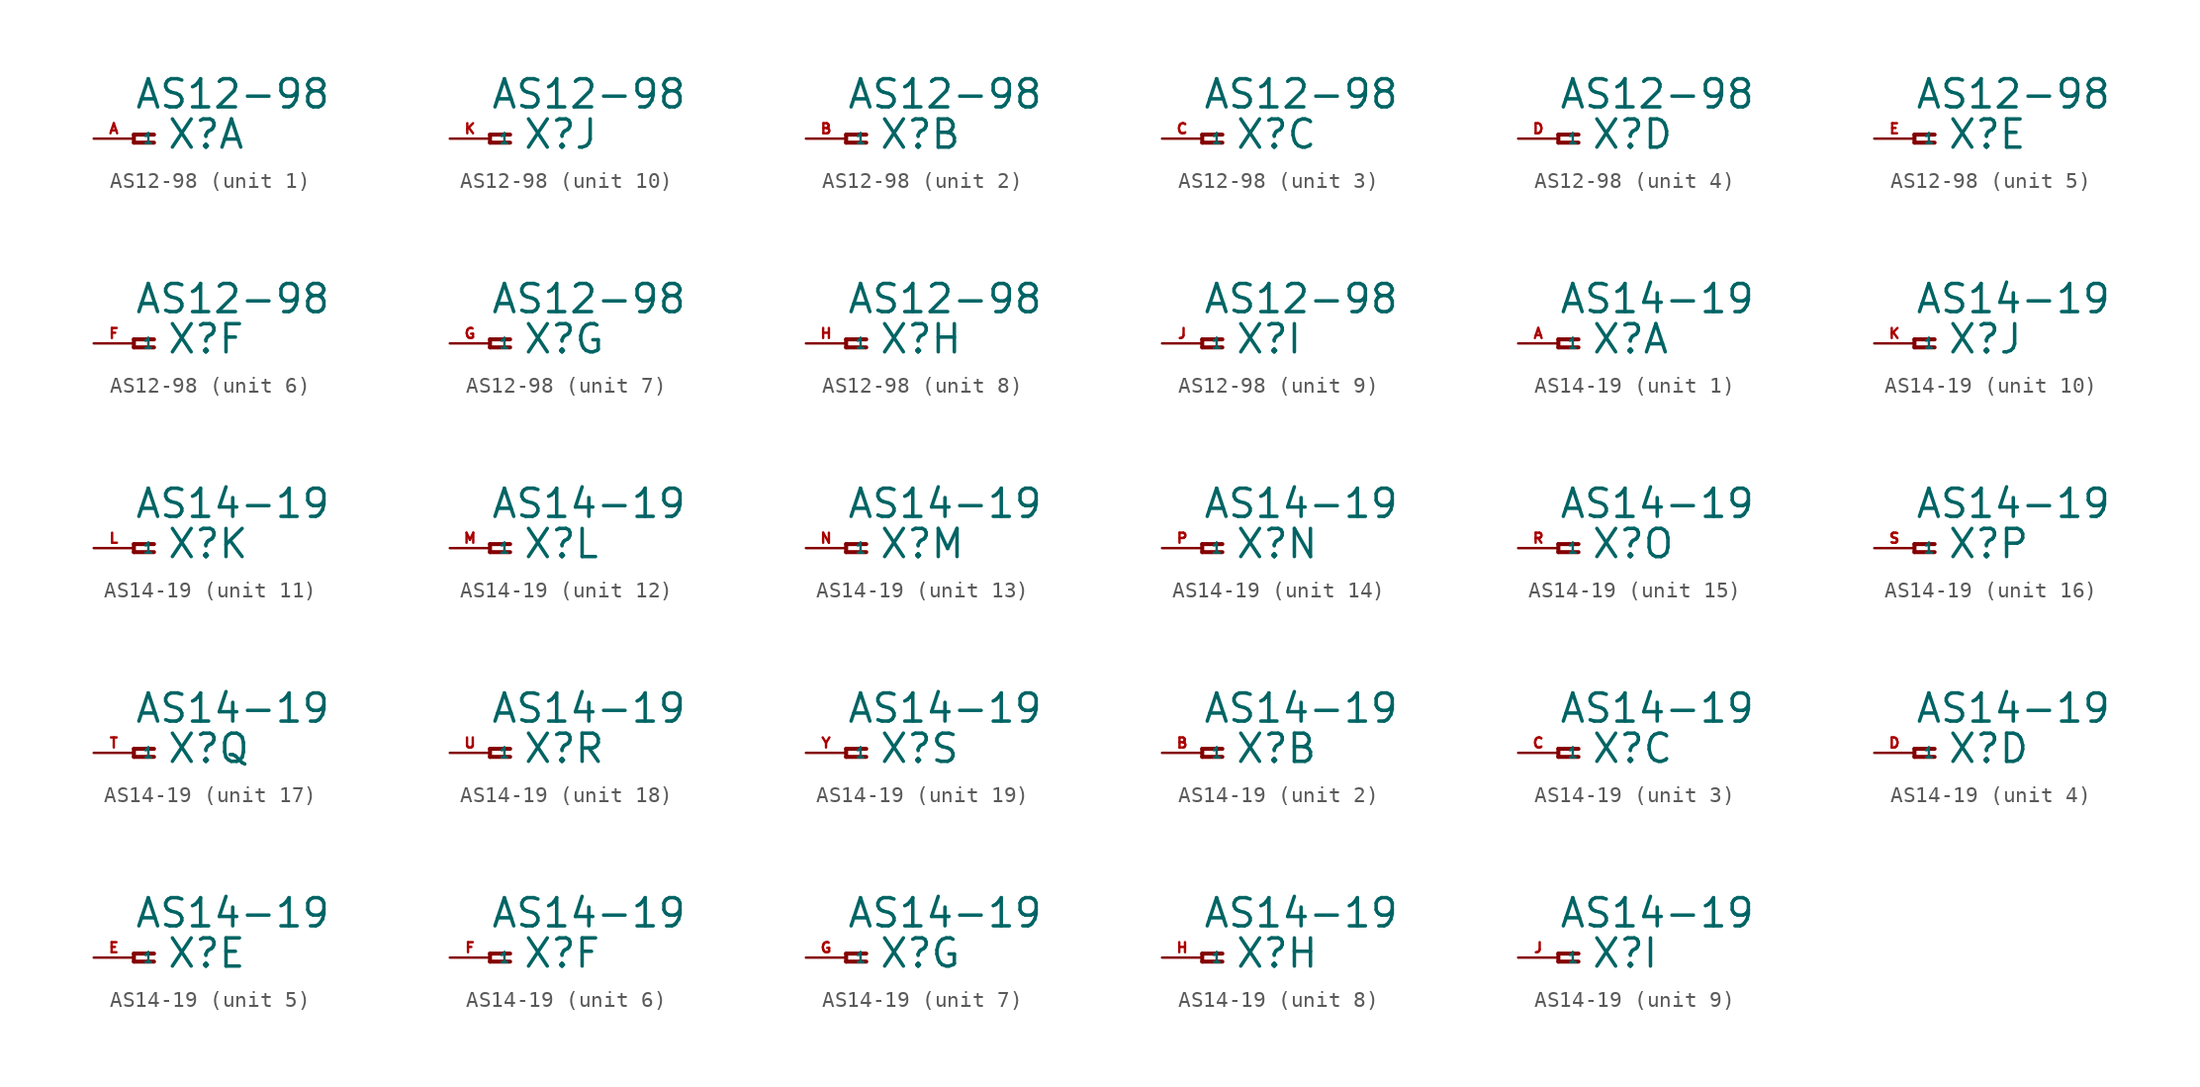
<source format=kicad_sym>
(kicad_symbol_lib
  (version 20220914)
  (generator Eagle2Kicad)
  (symbol "AS12-98"
    (property "Reference" "X"
      (at 2.032 -0.762 0)
      (effects (font (size 1.778 1.778) (thickness 0.22)) (justify left bottom)))
    (property "Value" "AS12-98"
      (at 0 1.778 0)
      (effects (font (size 1.778 1.778) (thickness 0.22)) (justify left bottom)))
    (symbol "AS12-98_1_0"
      (polyline (pts (xy 1.27 0.254) (xy 0 0.254)) (stroke (width 0.254) (type default)) (fill (type none)))
      (polyline (pts (xy 0 0.254) (xy 0 -0.254)) (stroke (width 0.254) (type default)) (fill (type none)))
      (polyline (pts (xy 0 -0.254) (xy 1.27 -0.254)) (stroke (width 0.254) (type default)) (fill (type none)))
      (pin passive line (at -2.54 0 0) (length 2.54) (name "1" (effects (font (size 0.635 0.635) (thickness 0.08)) (justify left bottom))) (number "A" (effects (font (size 0.635 0.635) (thickness 0.08)) (justify left bottom)))))
    (symbol "AS12-98_2_0"
      (polyline (pts (xy 1.27 0.254) (xy 0 0.254)) (stroke (width 0.254) (type default)) (fill (type none)))
      (polyline (pts (xy 0 0.254) (xy 0 -0.254)) (stroke (width 0.254) (type default)) (fill (type none)))
      (polyline (pts (xy 0 -0.254) (xy 1.27 -0.254)) (stroke (width 0.254) (type default)) (fill (type none)))
      (pin passive line (at -2.54 0 0) (length 2.54) (name "1" (effects (font (size 0.635 0.635) (thickness 0.08)) (justify left bottom))) (number "B" (effects (font (size 0.635 0.635) (thickness 0.08)) (justify left bottom)))))
    (symbol "AS12-98_3_0"
      (polyline (pts (xy 1.27 0.254) (xy 0 0.254)) (stroke (width 0.254) (type default)) (fill (type none)))
      (polyline (pts (xy 0 0.254) (xy 0 -0.254)) (stroke (width 0.254) (type default)) (fill (type none)))
      (polyline (pts (xy 0 -0.254) (xy 1.27 -0.254)) (stroke (width 0.254) (type default)) (fill (type none)))
      (pin passive line (at -2.54 0 0) (length 2.54) (name "1" (effects (font (size 0.635 0.635) (thickness 0.08)) (justify left bottom))) (number "C" (effects (font (size 0.635 0.635) (thickness 0.08)) (justify left bottom)))))
    (symbol "AS12-98_4_0"
      (polyline (pts (xy 1.27 0.254) (xy 0 0.254)) (stroke (width 0.254) (type default)) (fill (type none)))
      (polyline (pts (xy 0 0.254) (xy 0 -0.254)) (stroke (width 0.254) (type default)) (fill (type none)))
      (polyline (pts (xy 0 -0.254) (xy 1.27 -0.254)) (stroke (width 0.254) (type default)) (fill (type none)))
      (pin passive line (at -2.54 0 0) (length 2.54) (name "1" (effects (font (size 0.635 0.635) (thickness 0.08)) (justify left bottom))) (number "D" (effects (font (size 0.635 0.635) (thickness 0.08)) (justify left bottom)))))
    (symbol "AS12-98_5_0"
      (polyline (pts (xy 1.27 0.254) (xy 0 0.254)) (stroke (width 0.254) (type default)) (fill (type none)))
      (polyline (pts (xy 0 0.254) (xy 0 -0.254)) (stroke (width 0.254) (type default)) (fill (type none)))
      (polyline (pts (xy 0 -0.254) (xy 1.27 -0.254)) (stroke (width 0.254) (type default)) (fill (type none)))
      (pin passive line (at -2.54 0 0) (length 2.54) (name "1" (effects (font (size 0.635 0.635) (thickness 0.08)) (justify left bottom))) (number "E" (effects (font (size 0.635 0.635) (thickness 0.08)) (justify left bottom)))))
    (symbol "AS12-98_6_0"
      (polyline (pts (xy 1.27 0.254) (xy 0 0.254)) (stroke (width 0.254) (type default)) (fill (type none)))
      (polyline (pts (xy 0 0.254) (xy 0 -0.254)) (stroke (width 0.254) (type default)) (fill (type none)))
      (polyline (pts (xy 0 -0.254) (xy 1.27 -0.254)) (stroke (width 0.254) (type default)) (fill (type none)))
      (pin passive line (at -2.54 0 0) (length 2.54) (name "1" (effects (font (size 0.635 0.635) (thickness 0.08)) (justify left bottom))) (number "F" (effects (font (size 0.635 0.635) (thickness 0.08)) (justify left bottom)))))
    (symbol "AS12-98_7_0"
      (polyline (pts (xy 1.27 0.254) (xy 0 0.254)) (stroke (width 0.254) (type default)) (fill (type none)))
      (polyline (pts (xy 0 0.254) (xy 0 -0.254)) (stroke (width 0.254) (type default)) (fill (type none)))
      (polyline (pts (xy 0 -0.254) (xy 1.27 -0.254)) (stroke (width 0.254) (type default)) (fill (type none)))
      (pin passive line (at -2.54 0 0) (length 2.54) (name "1" (effects (font (size 0.635 0.635) (thickness 0.08)) (justify left bottom))) (number "G" (effects (font (size 0.635 0.635) (thickness 0.08)) (justify left bottom)))))
    (symbol "AS12-98_8_0"
      (polyline (pts (xy 1.27 0.254) (xy 0 0.254)) (stroke (width 0.254) (type default)) (fill (type none)))
      (polyline (pts (xy 0 0.254) (xy 0 -0.254)) (stroke (width 0.254) (type default)) (fill (type none)))
      (polyline (pts (xy 0 -0.254) (xy 1.27 -0.254)) (stroke (width 0.254) (type default)) (fill (type none)))
      (pin passive line (at -2.54 0 0) (length 2.54) (name "1" (effects (font (size 0.635 0.635) (thickness 0.08)) (justify left bottom))) (number "H" (effects (font (size 0.635 0.635) (thickness 0.08)) (justify left bottom)))))
    (symbol "AS12-98_9_0"
      (polyline (pts (xy 1.27 0.254) (xy 0 0.254)) (stroke (width 0.254) (type default)) (fill (type none)))
      (polyline (pts (xy 0 0.254) (xy 0 -0.254)) (stroke (width 0.254) (type default)) (fill (type none)))
      (polyline (pts (xy 0 -0.254) (xy 1.27 -0.254)) (stroke (width 0.254) (type default)) (fill (type none)))
      (pin passive line (at -2.54 0 0) (length 2.54) (name "1" (effects (font (size 0.635 0.635) (thickness 0.08)) (justify left bottom))) (number "J" (effects (font (size 0.635 0.635) (thickness 0.08)) (justify left bottom)))))
    (symbol "AS12-98_10_0"
      (polyline (pts (xy 1.27 0.254) (xy 0 0.254)) (stroke (width 0.254) (type default)) (fill (type none)))
      (polyline (pts (xy 0 0.254) (xy 0 -0.254)) (stroke (width 0.254) (type default)) (fill (type none)))
      (polyline (pts (xy 0 -0.254) (xy 1.27 -0.254)) (stroke (width 0.254) (type default)) (fill (type none)))
      (pin passive line (at -2.54 0 0) (length 2.54) (name "1" (effects (font (size 0.635 0.635) (thickness 0.08)) (justify left bottom))) (number "K" (effects (font (size 0.635 0.635) (thickness 0.08)) (justify left bottom))))))
  (symbol "AS14-19"
    (property "Reference" "X"
      (at 2.032 -0.762 0)
      (effects (font (size 1.778 1.778) (thickness 0.22)) (justify left bottom)))
    (property "Value" "AS14-19"
      (at 0 1.778 0)
      (effects (font (size 1.778 1.778) (thickness 0.22)) (justify left bottom)))
    (symbol "AS14-19_1_0"
      (polyline (pts (xy 1.27 0.254) (xy 0 0.254)) (stroke (width 0.254) (type default)) (fill (type none)))
      (polyline (pts (xy 0 0.254) (xy 0 -0.254)) (stroke (width 0.254) (type default)) (fill (type none)))
      (polyline (pts (xy 0 -0.254) (xy 1.27 -0.254)) (stroke (width 0.254) (type default)) (fill (type none)))
      (pin passive line (at -2.54 0 0) (length 2.54) (name "1" (effects (font (size 0.635 0.635) (thickness 0.08)) (justify left bottom))) (number "A" (effects (font (size 0.635 0.635) (thickness 0.08)) (justify left bottom)))))
    (symbol "AS14-19_2_0"
      (polyline (pts (xy 1.27 0.254) (xy 0 0.254)) (stroke (width 0.254) (type default)) (fill (type none)))
      (polyline (pts (xy 0 0.254) (xy 0 -0.254)) (stroke (width 0.254) (type default)) (fill (type none)))
      (polyline (pts (xy 0 -0.254) (xy 1.27 -0.254)) (stroke (width 0.254) (type default)) (fill (type none)))
      (pin passive line (at -2.54 0 0) (length 2.54) (name "1" (effects (font (size 0.635 0.635) (thickness 0.08)) (justify left bottom))) (number "B" (effects (font (size 0.635 0.635) (thickness 0.08)) (justify left bottom)))))
    (symbol "AS14-19_3_0"
      (polyline (pts (xy 1.27 0.254) (xy 0 0.254)) (stroke (width 0.254) (type default)) (fill (type none)))
      (polyline (pts (xy 0 0.254) (xy 0 -0.254)) (stroke (width 0.254) (type default)) (fill (type none)))
      (polyline (pts (xy 0 -0.254) (xy 1.27 -0.254)) (stroke (width 0.254) (type default)) (fill (type none)))
      (pin passive line (at -2.54 0 0) (length 2.54) (name "1" (effects (font (size 0.635 0.635) (thickness 0.08)) (justify left bottom))) (number "C" (effects (font (size 0.635 0.635) (thickness 0.08)) (justify left bottom)))))
    (symbol "AS14-19_4_0"
      (polyline (pts (xy 1.27 0.254) (xy 0 0.254)) (stroke (width 0.254) (type default)) (fill (type none)))
      (polyline (pts (xy 0 0.254) (xy 0 -0.254)) (stroke (width 0.254) (type default)) (fill (type none)))
      (polyline (pts (xy 0 -0.254) (xy 1.27 -0.254)) (stroke (width 0.254) (type default)) (fill (type none)))
      (pin passive line (at -2.54 0 0) (length 2.54) (name "1" (effects (font (size 0.635 0.635) (thickness 0.08)) (justify left bottom))) (number "D" (effects (font (size 0.635 0.635) (thickness 0.08)) (justify left bottom)))))
    (symbol "AS14-19_5_0"
      (polyline (pts (xy 1.27 0.254) (xy 0 0.254)) (stroke (width 0.254) (type default)) (fill (type none)))
      (polyline (pts (xy 0 0.254) (xy 0 -0.254)) (stroke (width 0.254) (type default)) (fill (type none)))
      (polyline (pts (xy 0 -0.254) (xy 1.27 -0.254)) (stroke (width 0.254) (type default)) (fill (type none)))
      (pin passive line (at -2.54 0 0) (length 2.54) (name "1" (effects (font (size 0.635 0.635) (thickness 0.08)) (justify left bottom))) (number "E" (effects (font (size 0.635 0.635) (thickness 0.08)) (justify left bottom)))))
    (symbol "AS14-19_6_0"
      (polyline (pts (xy 1.27 0.254) (xy 0 0.254)) (stroke (width 0.254) (type default)) (fill (type none)))
      (polyline (pts (xy 0 0.254) (xy 0 -0.254)) (stroke (width 0.254) (type default)) (fill (type none)))
      (polyline (pts (xy 0 -0.254) (xy 1.27 -0.254)) (stroke (width 0.254) (type default)) (fill (type none)))
      (pin passive line (at -2.54 0 0) (length 2.54) (name "1" (effects (font (size 0.635 0.635) (thickness 0.08)) (justify left bottom))) (number "F" (effects (font (size 0.635 0.635) (thickness 0.08)) (justify left bottom)))))
    (symbol "AS14-19_7_0"
      (polyline (pts (xy 1.27 0.254) (xy 0 0.254)) (stroke (width 0.254) (type default)) (fill (type none)))
      (polyline (pts (xy 0 0.254) (xy 0 -0.254)) (stroke (width 0.254) (type default)) (fill (type none)))
      (polyline (pts (xy 0 -0.254) (xy 1.27 -0.254)) (stroke (width 0.254) (type default)) (fill (type none)))
      (pin passive line (at -2.54 0 0) (length 2.54) (name "1" (effects (font (size 0.635 0.635) (thickness 0.08)) (justify left bottom))) (number "G" (effects (font (size 0.635 0.635) (thickness 0.08)) (justify left bottom)))))
    (symbol "AS14-19_8_0"
      (polyline (pts (xy 1.27 0.254) (xy 0 0.254)) (stroke (width 0.254) (type default)) (fill (type none)))
      (polyline (pts (xy 0 0.254) (xy 0 -0.254)) (stroke (width 0.254) (type default)) (fill (type none)))
      (polyline (pts (xy 0 -0.254) (xy 1.27 -0.254)) (stroke (width 0.254) (type default)) (fill (type none)))
      (pin passive line (at -2.54 0 0) (length 2.54) (name "1" (effects (font (size 0.635 0.635) (thickness 0.08)) (justify left bottom))) (number "H" (effects (font (size 0.635 0.635) (thickness 0.08)) (justify left bottom)))))
    (symbol "AS14-19_9_0"
      (polyline (pts (xy 1.27 0.254) (xy 0 0.254)) (stroke (width 0.254) (type default)) (fill (type none)))
      (polyline (pts (xy 0 0.254) (xy 0 -0.254)) (stroke (width 0.254) (type default)) (fill (type none)))
      (polyline (pts (xy 0 -0.254) (xy 1.27 -0.254)) (stroke (width 0.254) (type default)) (fill (type none)))
      (pin passive line (at -2.54 0 0) (length 2.54) (name "1" (effects (font (size 0.635 0.635) (thickness 0.08)) (justify left bottom))) (number "J" (effects (font (size 0.635 0.635) (thickness 0.08)) (justify left bottom)))))
    (symbol "AS14-19_10_0"
      (polyline (pts (xy 1.27 0.254) (xy 0 0.254)) (stroke (width 0.254) (type default)) (fill (type none)))
      (polyline (pts (xy 0 0.254) (xy 0 -0.254)) (stroke (width 0.254) (type default)) (fill (type none)))
      (polyline (pts (xy 0 -0.254) (xy 1.27 -0.254)) (stroke (width 0.254) (type default)) (fill (type none)))
      (pin passive line (at -2.54 0 0) (length 2.54) (name "1" (effects (font (size 0.635 0.635) (thickness 0.08)) (justify left bottom))) (number "K" (effects (font (size 0.635 0.635) (thickness 0.08)) (justify left bottom)))))
    (symbol "AS14-19_11_0"
      (polyline (pts (xy 1.27 0.254) (xy 0 0.254)) (stroke (width 0.254) (type default)) (fill (type none)))
      (polyline (pts (xy 0 0.254) (xy 0 -0.254)) (stroke (width 0.254) (type default)) (fill (type none)))
      (polyline (pts (xy 0 -0.254) (xy 1.27 -0.254)) (stroke (width 0.254) (type default)) (fill (type none)))
      (pin passive line (at -2.54 0 0) (length 2.54) (name "1" (effects (font (size 0.635 0.635) (thickness 0.08)) (justify left bottom))) (number "L" (effects (font (size 0.635 0.635) (thickness 0.08)) (justify left bottom)))))
    (symbol "AS14-19_12_0"
      (polyline (pts (xy 1.27 0.254) (xy 0 0.254)) (stroke (width 0.254) (type default)) (fill (type none)))
      (polyline (pts (xy 0 0.254) (xy 0 -0.254)) (stroke (width 0.254) (type default)) (fill (type none)))
      (polyline (pts (xy 0 -0.254) (xy 1.27 -0.254)) (stroke (width 0.254) (type default)) (fill (type none)))
      (pin passive line (at -2.54 0 0) (length 2.54) (name "1" (effects (font (size 0.635 0.635) (thickness 0.08)) (justify left bottom))) (number "M" (effects (font (size 0.635 0.635) (thickness 0.08)) (justify left bottom)))))
    (symbol "AS14-19_13_0"
      (polyline (pts (xy 1.27 0.254) (xy 0 0.254)) (stroke (width 0.254) (type default)) (fill (type none)))
      (polyline (pts (xy 0 0.254) (xy 0 -0.254)) (stroke (width 0.254) (type default)) (fill (type none)))
      (polyline (pts (xy 0 -0.254) (xy 1.27 -0.254)) (stroke (width 0.254) (type default)) (fill (type none)))
      (pin passive line (at -2.54 0 0) (length 2.54) (name "1" (effects (font (size 0.635 0.635) (thickness 0.08)) (justify left bottom))) (number "N" (effects (font (size 0.635 0.635) (thickness 0.08)) (justify left bottom)))))
    (symbol "AS14-19_14_0"
      (polyline (pts (xy 1.27 0.254) (xy 0 0.254)) (stroke (width 0.254) (type default)) (fill (type none)))
      (polyline (pts (xy 0 0.254) (xy 0 -0.254)) (stroke (width 0.254) (type default)) (fill (type none)))
      (polyline (pts (xy 0 -0.254) (xy 1.27 -0.254)) (stroke (width 0.254) (type default)) (fill (type none)))
      (pin passive line (at -2.54 0 0) (length 2.54) (name "1" (effects (font (size 0.635 0.635) (thickness 0.08)) (justify left bottom))) (number "P" (effects (font (size 0.635 0.635) (thickness 0.08)) (justify left bottom)))))
    (symbol "AS14-19_15_0"
      (polyline (pts (xy 1.27 0.254) (xy 0 0.254)) (stroke (width 0.254) (type default)) (fill (type none)))
      (polyline (pts (xy 0 0.254) (xy 0 -0.254)) (stroke (width 0.254) (type default)) (fill (type none)))
      (polyline (pts (xy 0 -0.254) (xy 1.27 -0.254)) (stroke (width 0.254) (type default)) (fill (type none)))
      (pin passive line (at -2.54 0 0) (length 2.54) (name "1" (effects (font (size 0.635 0.635) (thickness 0.08)) (justify left bottom))) (number "R" (effects (font (size 0.635 0.635) (thickness 0.08)) (justify left bottom)))))
    (symbol "AS14-19_16_0"
      (polyline (pts (xy 1.27 0.254) (xy 0 0.254)) (stroke (width 0.254) (type default)) (fill (type none)))
      (polyline (pts (xy 0 0.254) (xy 0 -0.254)) (stroke (width 0.254) (type default)) (fill (type none)))
      (polyline (pts (xy 0 -0.254) (xy 1.27 -0.254)) (stroke (width 0.254) (type default)) (fill (type none)))
      (pin passive line (at -2.54 0 0) (length 2.54) (name "1" (effects (font (size 0.635 0.635) (thickness 0.08)) (justify left bottom))) (number "S" (effects (font (size 0.635 0.635) (thickness 0.08)) (justify left bottom)))))
    (symbol "AS14-19_17_0"
      (polyline (pts (xy 1.27 0.254) (xy 0 0.254)) (stroke (width 0.254) (type default)) (fill (type none)))
      (polyline (pts (xy 0 0.254) (xy 0 -0.254)) (stroke (width 0.254) (type default)) (fill (type none)))
      (polyline (pts (xy 0 -0.254) (xy 1.27 -0.254)) (stroke (width 0.254) (type default)) (fill (type none)))
      (pin passive line (at -2.54 0 0) (length 2.54) (name "1" (effects (font (size 0.635 0.635) (thickness 0.08)) (justify left bottom))) (number "T" (effects (font (size 0.635 0.635) (thickness 0.08)) (justify left bottom)))))
    (symbol "AS14-19_18_0"
      (polyline (pts (xy 1.27 0.254) (xy 0 0.254)) (stroke (width 0.254) (type default)) (fill (type none)))
      (polyline (pts (xy 0 0.254) (xy 0 -0.254)) (stroke (width 0.254) (type default)) (fill (type none)))
      (polyline (pts (xy 0 -0.254) (xy 1.27 -0.254)) (stroke (width 0.254) (type default)) (fill (type none)))
      (pin passive line (at -2.54 0 0) (length 2.54) (name "1" (effects (font (size 0.635 0.635) (thickness 0.08)) (justify left bottom))) (number "U" (effects (font (size 0.635 0.635) (thickness 0.08)) (justify left bottom)))))
    (symbol "AS14-19_19_0"
      (polyline (pts (xy 1.27 0.254) (xy 0 0.254)) (stroke (width 0.254) (type default)) (fill (type none)))
      (polyline (pts (xy 0 0.254) (xy 0 -0.254)) (stroke (width 0.254) (type default)) (fill (type none)))
      (polyline (pts (xy 0 -0.254) (xy 1.27 -0.254)) (stroke (width 0.254) (type default)) (fill (type none)))
      (pin passive line (at -2.54 0 0) (length 2.54) (name "1" (effects (font (size 0.635 0.635) (thickness 0.08)) (justify left bottom))) (number "Y" (effects (font (size 0.635 0.635) (thickness 0.08)) (justify left bottom)))))))
</source>
